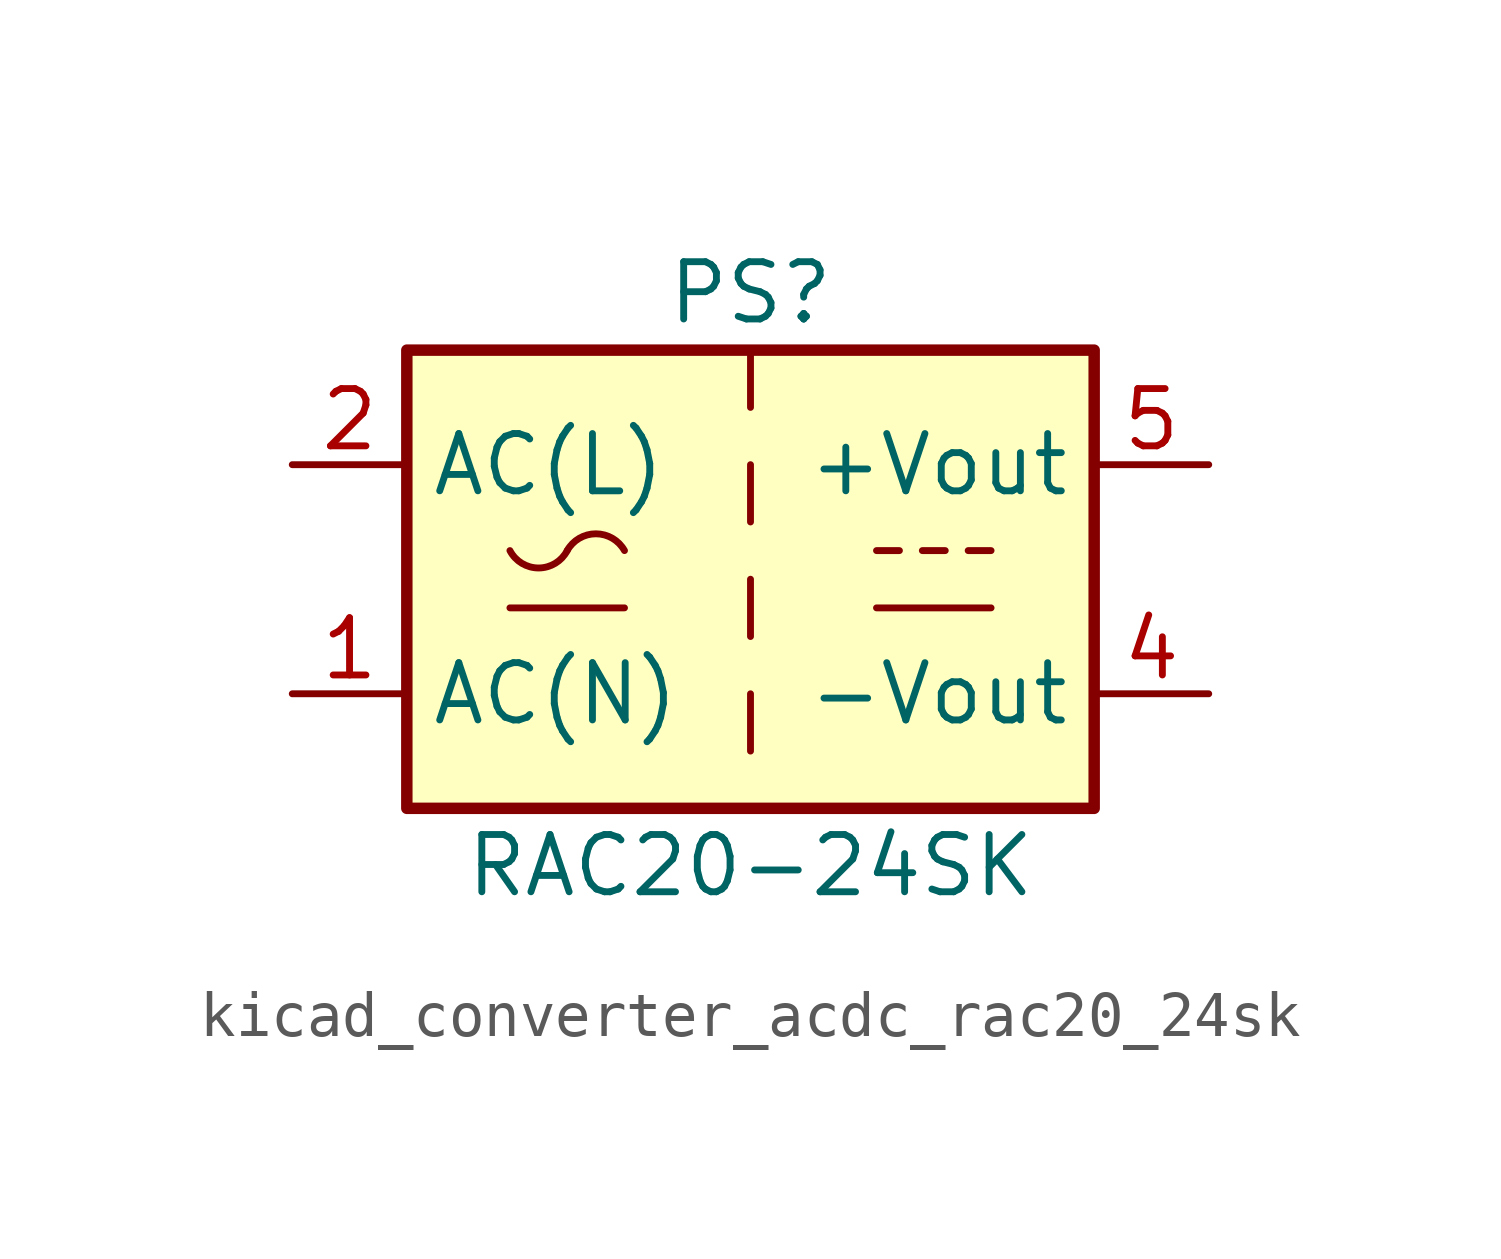
<source format=kicad_sym>
(kicad_symbol_lib
  (version 20220914)
  (generator kicad_symbol_editor)
  (symbol "kicad_converter_acdc_rac20_24sk"
    (property "Reference" "PS"
      (at 0 6.35 0)
      (effects (font (size 1.27 1.27))))
    (property "Value" "RAC20-24SK"
      (at 0 -6.35 0)
      (effects (font (size 1.27 1.27))))
    (symbol "kicad_converter_acdc_rac20_24sk_1_1"
      (rectangle (start -7.62 5.08) (end 7.62 -5.08) (stroke (width 0.254) (type default)) (fill (type background)))
      (arc (start -5.334 0.635) (mid -4.699 0.2495) (end -4.064 0.635) (stroke (width 0) (type default)) (fill (type none)))
      (arc (start -2.794 0.635) (mid -3.429 1.0072) (end -4.064 0.635) (stroke (width 0) (type default)) (fill (type none)))
      (polyline (pts (xy -5.334 -0.635) (xy -2.794 -0.635)) (stroke (width 0) (type default)) (fill (type none)))
      (polyline (pts (xy 0 -2.54) (xy 0 -3.81)) (stroke (width 0) (type default)) (fill (type none)))
      (polyline (pts (xy 0 0) (xy 0 -1.27)) (stroke (width 0) (type default)) (fill (type none)))
      (polyline (pts (xy 0 2.54) (xy 0 1.27)) (stroke (width 0) (type default)) (fill (type none)))
      (polyline (pts (xy 0 5.08) (xy 0 3.81)) (stroke (width 0) (type default)) (fill (type none)))
      (polyline (pts (xy 2.794 -0.635) (xy 5.334 -0.635)) (stroke (width 0) (type default)) (fill (type none)))
      (polyline (pts (xy 2.794 0.635) (xy 3.302 0.635)) (stroke (width 0) (type default)) (fill (type none)))
      (polyline (pts (xy 3.81 0.635) (xy 4.318 0.635)) (stroke (width 0) (type default)) (fill (type none)))
      (polyline (pts (xy 4.826 0.635) (xy 5.334 0.635)) (stroke (width 0) (type default)) (fill (type none)))
      (pin power_in line (at -10.16 -2.54 0) (length 2.54) (name "AC(N)" (effects (font (size 1.27 1.27)))) (number "1" (effects (font (size 1.27 1.27)))))
      (pin power_in line (at -10.16 2.54 0) (length 2.54) (name "AC(L)" (effects (font (size 1.27 1.27)))) (number "2" (effects (font (size 1.27 1.27)))))
      (pin power_out line (at 10.16 -2.54 180) (length 2.54) (name "-Vout" (effects (font (size 1.27 1.27)))) (number "4" (effects (font (size 1.27 1.27)))))
      (pin power_out line (at 10.16 2.54 180) (length 2.54) (name "+Vout" (effects (font (size 1.27 1.27)))) (number "5" (effects (font (size 1.27 1.27))))))))
</source>
